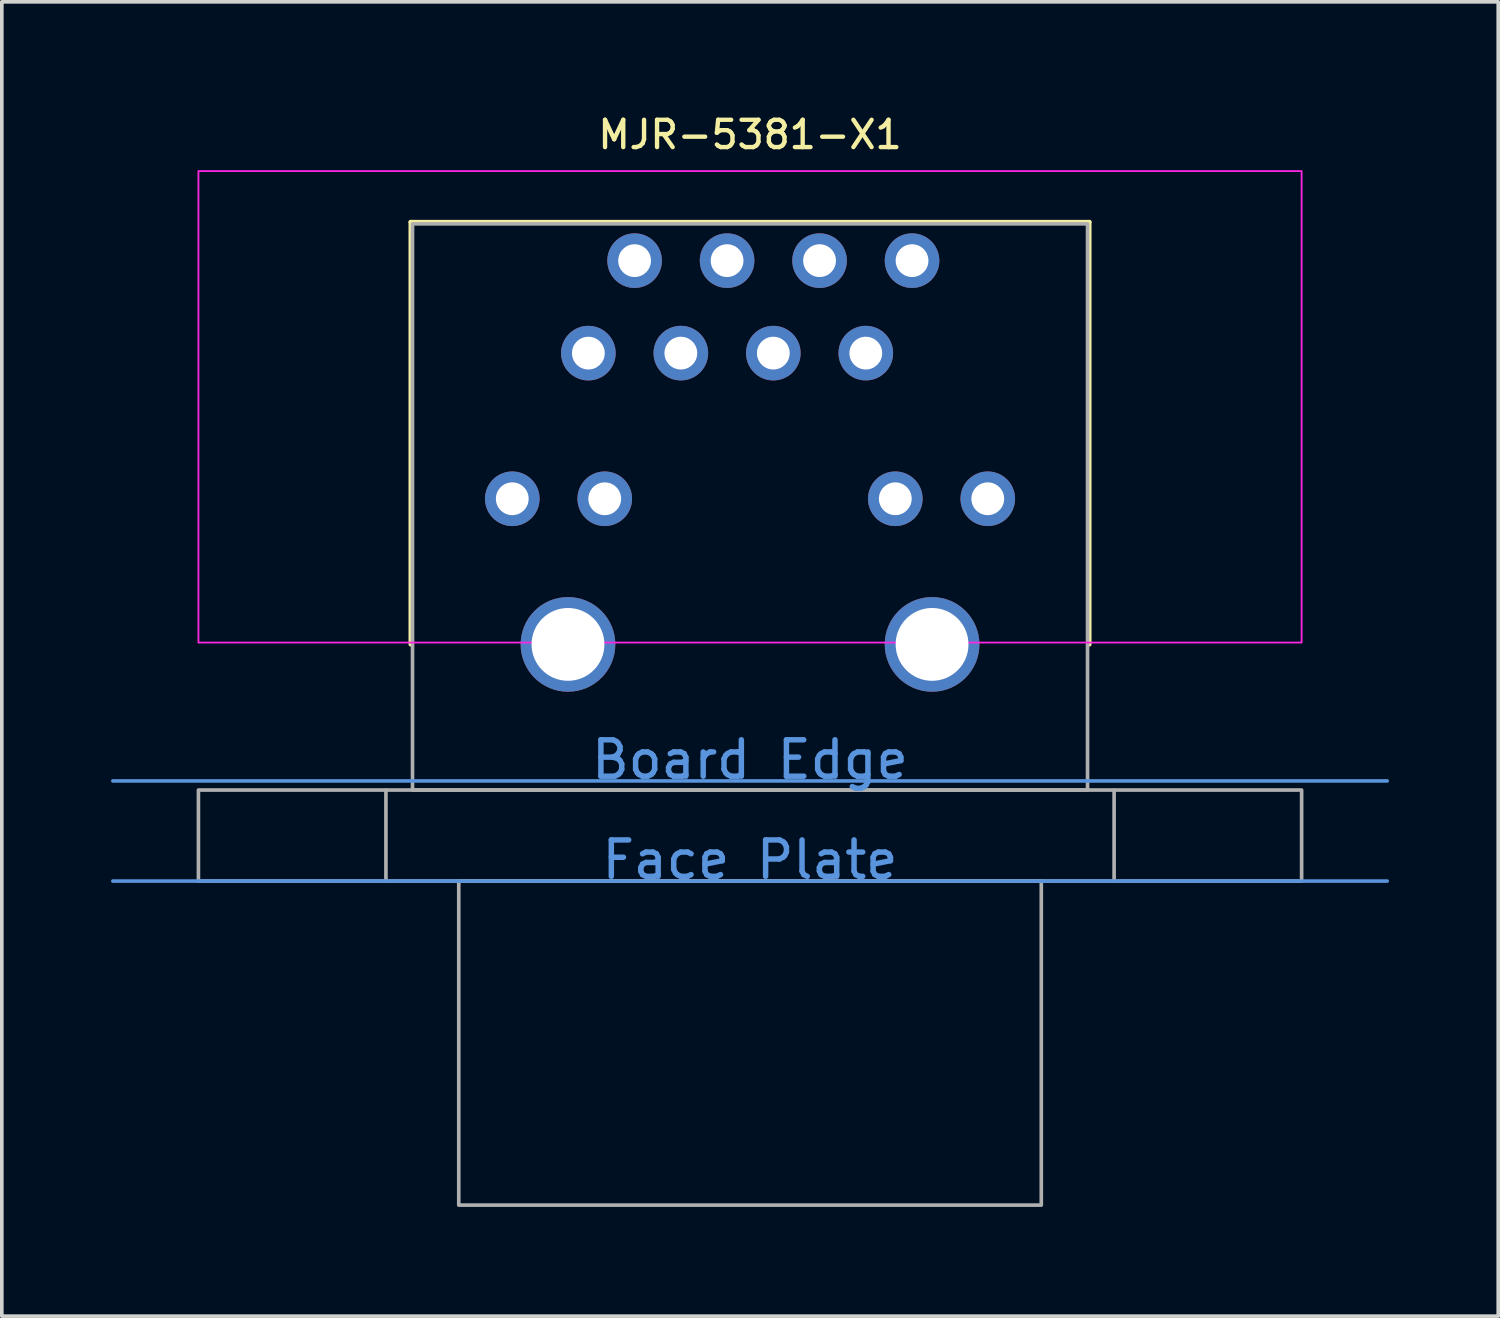
<source format=kicad_pcb>
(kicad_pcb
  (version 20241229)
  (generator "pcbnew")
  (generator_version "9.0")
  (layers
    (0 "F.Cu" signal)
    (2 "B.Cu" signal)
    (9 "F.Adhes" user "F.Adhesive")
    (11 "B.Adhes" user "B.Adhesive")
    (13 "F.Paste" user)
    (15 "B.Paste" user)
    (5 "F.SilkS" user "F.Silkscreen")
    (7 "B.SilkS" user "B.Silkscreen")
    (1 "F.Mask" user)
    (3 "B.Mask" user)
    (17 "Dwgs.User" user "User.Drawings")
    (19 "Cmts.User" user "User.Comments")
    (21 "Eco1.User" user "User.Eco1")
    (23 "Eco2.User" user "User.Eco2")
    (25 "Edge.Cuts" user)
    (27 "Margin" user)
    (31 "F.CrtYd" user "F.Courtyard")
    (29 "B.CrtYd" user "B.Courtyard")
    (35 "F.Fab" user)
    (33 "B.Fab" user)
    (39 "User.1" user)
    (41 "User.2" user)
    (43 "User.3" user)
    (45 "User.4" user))
  (footprint "MJR-5381-X1"
    (layer "F.Cu")
    (at 17.55 14.649)
    (property "Reference" "MJR-5381-X1" (at 0 -14 0) (unlocked yes) (layer "F.SilkS") (effects (font (size 0.75 0.75) (thickness 0.12))))
    (attr through_hole)
    (fp_line (start -9.32 -11.6) (end -9.32 0) (stroke (width 0.12) (type default)) (layer "F.SilkS"))
    (fp_line (start -9.32 -11.6) (end 9.32 -11.6) (stroke (width 0.12) (type default)) (layer "F.SilkS"))
    (fp_line (start 9.32 -11.6) (end 9.32 0) (stroke (width 0.12) (type default)) (layer "F.SilkS"))
    (fp_line (start -17.5 3.75) (end 17.5 3.75) (stroke (width 0.1) (type default)) (layer "Cmts.User"))
    (fp_line (start -17.5 6.5) (end 17.5 6.5) (stroke (width 0.1) (type default)) (layer "Cmts.User"))
    (fp_rect (start -15.15 -13) (end 15.15 -0.05) (stroke (width 0.05) (type default)) (fill no) (layer "F.CrtYd"))
    (fp_line (start -10 4) (end -10 6.5) (stroke (width 0.1) (type default)) (layer "F.Fab"))
    (fp_line (start 10 4) (end 10 6.5) (stroke (width 0.1) (type default)) (layer "F.Fab"))
    (fp_rect (start -15.15 4) (end 15.15 6.5) (stroke (width 0.1) (type default)) (fill no) (layer "F.Fab"))
    (fp_rect (start -9.27 -11.55) (end 9.27 4) (stroke (width 0.1) (type default)) (fill no) (layer "F.Fab"))
    (fp_rect (start -8 6.5) (end 8 15.4) (stroke (width 0.1) (type default)) (fill no) (layer "F.Fab"))
    (fp_text user "Face Plate" (at 0 6.5 0) (unlocked yes) (layer "Cmts.User") (effects (font (size 1 1) (thickness 0.15)) (justify bottom)))
    (fp_text user "Board Edge" (at 0 3.75 0) (unlocked yes) (layer "Cmts.User") (effects (font (size 1 1) (thickness 0.15)) (justify bottom)))
    (pad "1" thru_hole circle (at -4.44 -8) (size 1.5 1.5) (drill 0.9) (layers "*.Cu" "*.Mask"))
    (pad "2" thru_hole circle (at -3.17 -10.54) (size 1.5 1.5) (drill 0.9) (layers "*.Cu" "*.Mask"))
    (pad "3" thru_hole circle (at -1.9 -8) (size 1.5 1.5) (drill 0.9) (layers "*.Cu" "*.Mask"))
    (pad "4" thru_hole circle (at -0.63 -10.54) (size 1.5 1.5) (drill 0.9) (layers "*.Cu" "*.Mask"))
    (pad "5" thru_hole circle (at 0.64 -8) (size 1.5 1.5) (drill 0.9) (layers "*.Cu" "*.Mask"))
    (pad "6" thru_hole circle (at 1.91 -10.54) (size 1.5 1.5) (drill 0.9) (layers "*.Cu" "*.Mask"))
    (pad "7" thru_hole circle (at 3.18 -8) (size 1.5 1.5) (drill 0.9) (layers "*.Cu" "*.Mask"))
    (pad "8" thru_hole circle (at 4.45 -10.54) (size 1.5 1.5) (drill 0.9) (layers "*.Cu" "*.Mask"))
    (pad "9" thru_hole circle (at 6.53 -4) (size 1.5 1.5) (drill 0.9) (layers "*.Cu" "*.Mask"))
    (pad "10" thru_hole circle (at 3.99 -4) (size 1.5 1.5) (drill 0.9) (layers "*.Cu" "*.Mask"))
    (pad "11" thru_hole circle (at -3.99 -4) (size 1.5 1.5) (drill 0.9) (layers "*.Cu" "*.Mask"))
    (pad "12" thru_hole circle (at -6.53 -4) (size 1.5 1.5) (drill 0.9) (layers "*.Cu" "*.Mask"))
    (pad "S1" thru_hole circle (at -5 0) (size 2.6 2.6) (drill 2) (layers "*.Cu" "*.Mask"))
    (pad "S2" thru_hole circle (at 5 0) (size 2.6 2.6) (drill 2) (layers "*.Cu" "*.Mask"))
    (zone (net_name "") (layer "F.Cu") (name "RJ45 Keepout") (hatch edge 0.5) (connect_pads) (min_thickness 0.25) (filled_areas_thickness no) (keepout (tracks allowed) (vias allowed) (pads not_allowed) (copperpour allowed) (footprints not_allowed)) (placement (enabled no)) (fill) (polygon (pts (xy 2.4 18.399) (xy 32.7 18.399) (xy 32.7 12.149) (xy 27.35 12.149) (xy 27.35 2.599) (xy 7.75 2.599) (xy 7.75 12.149) (xy 2.4 12.149)))))
  (gr_rect
    (start -3 -3)
    (end 38.1 33.099)
    (stroke (width 0.1) (type default))
    (fill no)
    (layer "Edge.Cuts")))
</source>
